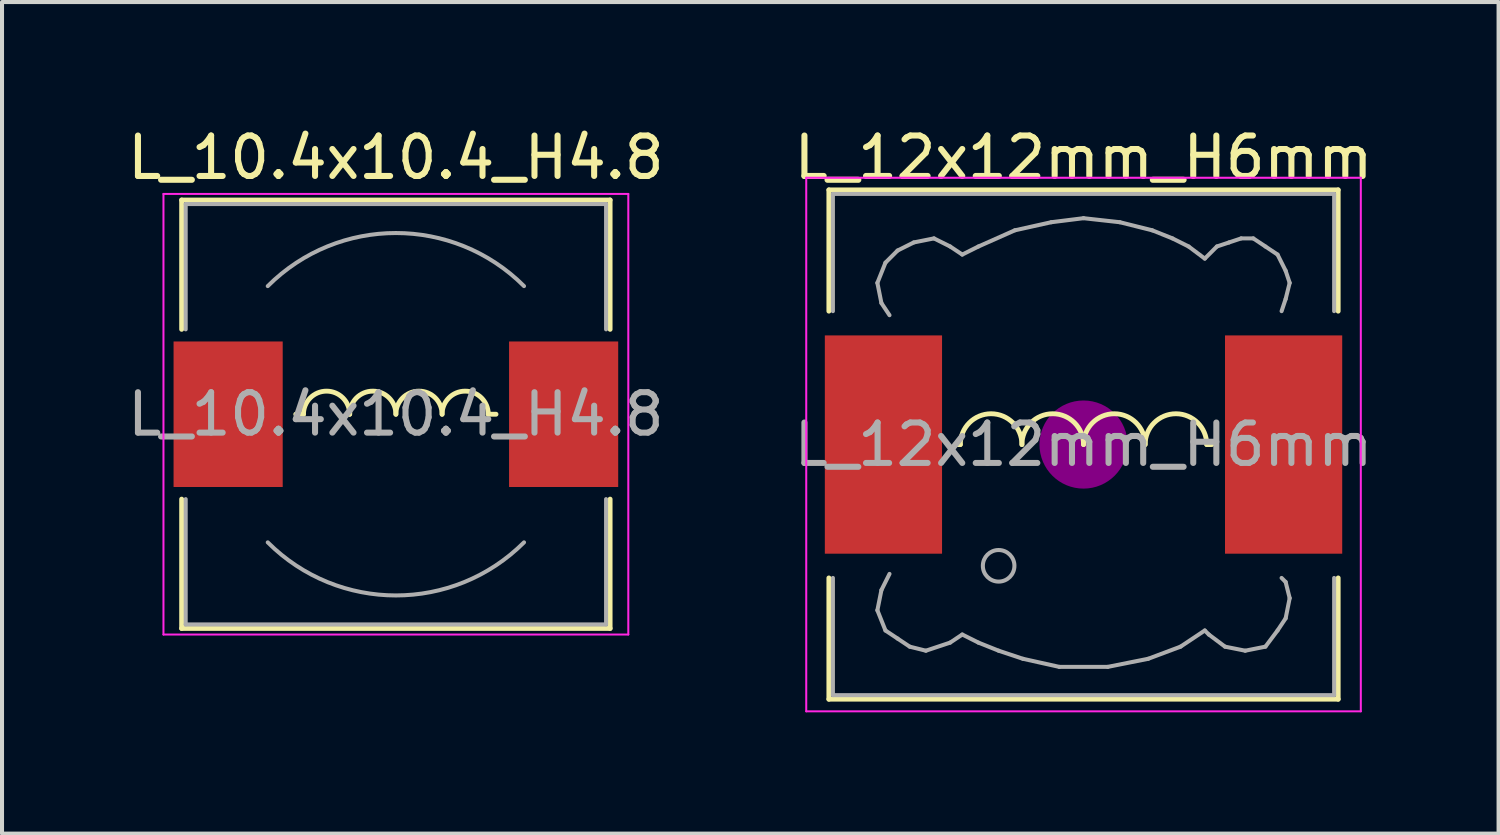
<source format=kicad_pcb>
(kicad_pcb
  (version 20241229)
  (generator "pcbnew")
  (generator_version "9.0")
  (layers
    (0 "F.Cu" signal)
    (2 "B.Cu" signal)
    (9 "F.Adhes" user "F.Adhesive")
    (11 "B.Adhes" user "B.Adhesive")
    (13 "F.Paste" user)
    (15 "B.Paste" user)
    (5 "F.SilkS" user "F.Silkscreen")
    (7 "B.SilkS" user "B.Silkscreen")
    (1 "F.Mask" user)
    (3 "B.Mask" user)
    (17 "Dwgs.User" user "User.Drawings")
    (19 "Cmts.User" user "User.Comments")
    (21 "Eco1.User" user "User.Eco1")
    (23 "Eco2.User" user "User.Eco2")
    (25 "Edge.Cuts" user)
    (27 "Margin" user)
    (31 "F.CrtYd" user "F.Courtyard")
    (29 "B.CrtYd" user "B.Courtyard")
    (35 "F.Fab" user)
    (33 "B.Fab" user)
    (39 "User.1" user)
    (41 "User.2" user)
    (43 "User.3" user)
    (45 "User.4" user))
  (footprint "L_12x12mm_H6mm"
    (layer "F.Cu")
    (at 23.756 7.948)
    (property "Reference" "L_12x12mm_H6mm" (at 0 -7.1 0) (layer "F.SilkS") (effects (font (size 1 1) (thickness 0.15))))
    (attr smd)
    (fp_line (start -6.3 -6.3) (end 6.3 -6.3) (stroke (width 0.12) (type solid)) (layer "F.SilkS"))
    (fp_line (start -6.3 -3.3) (end -6.3 -6.3) (stroke (width 0.12) (type solid)) (layer "F.SilkS"))
    (fp_line (start -6.3 6.3) (end -6.3 3.3) (stroke (width 0.12) (type solid)) (layer "F.SilkS"))
    (fp_line (start -3.048 0) (end -3.175 0) (stroke (width 0.12) (type solid)) (layer "F.SilkS"))
    (fp_line (start 3.175 0) (end 3.048 0) (stroke (width 0.12) (type solid)) (layer "F.SilkS"))
    (fp_line (start 6.3 -6.3) (end 6.3 -3.3) (stroke (width 0.12) (type solid)) (layer "F.SilkS"))
    (fp_line (start 6.3 3.3) (end 6.3 6.3) (stroke (width 0.12) (type solid)) (layer "F.SilkS"))
    (fp_line (start 6.3 6.3) (end -6.3 6.3) (stroke (width 0.12) (type solid)) (layer "F.SilkS"))
    (fp_arc (start -3.048 0) (mid -2.286 -0.762) (end -1.524 0) (stroke (width 0.12) (type solid)) (layer "F.SilkS"))
    (fp_arc (start -1.524 0) (mid -0.762 -0.762) (end 0 0) (stroke (width 0.12) (type solid)) (layer "F.SilkS"))
    (fp_arc (start 0 0) (mid 0.762 -0.762) (end 1.524 0) (stroke (width 0.12) (type solid)) (layer "F.SilkS"))
    (fp_arc (start 1.524 0) (mid 2.286 -0.762) (end 3.048 0) (stroke (width 0.12) (type solid)) (layer "F.SilkS"))
    (fp_circle (center 0 0) (end 0.15 0.15) (stroke (width 0.38) (type solid)) (fill no) (layer "F.Adhes"))
    (fp_circle (center 0 0) (end 0.55 0) (stroke (width 0.38) (type solid)) (fill no) (layer "F.Adhes"))
    (fp_circle (center 0 0) (end 0.9 0) (stroke (width 0.38) (type solid)) (fill no) (layer "F.Adhes"))
    (fp_line (start -6.86 -6.6) (end 6.86 -6.6) (stroke (width 0.05) (type solid)) (layer "F.CrtYd"))
    (fp_line (start -6.86 6.6) (end -6.86 -6.6) (stroke (width 0.05) (type solid)) (layer "F.CrtYd"))
    (fp_line (start 6.86 -6.6) (end 6.86 6.6) (stroke (width 0.05) (type solid)) (layer "F.CrtYd"))
    (fp_line (start 6.86 6.6) (end -6.86 6.6) (stroke (width 0.05) (type solid)) (layer "F.CrtYd"))
    (fp_line (start -6.2 -6.2) (end -6.2 -3.3) (stroke (width 0.1) (type solid)) (layer "F.Fab"))
    (fp_line (start -6.2 3.3) (end -6.2 6.2) (stroke (width 0.1) (type solid)) (layer "F.Fab"))
    (fp_line (start -6.2 6.2) (end 6.2 6.2) (stroke (width 0.1) (type solid)) (layer "F.Fab"))
    (fp_line (start -5.1 -4) (end -5 -3.5) (stroke (width 0.1) (type solid)) (layer "F.Fab"))
    (fp_line (start -5.1 4.1) (end -5 3.6) (stroke (width 0.1) (type solid)) (layer "F.Fab"))
    (fp_line (start -5 -3.5) (end -4.8 -3.2) (stroke (width 0.1) (type solid)) (layer "F.Fab"))
    (fp_line (start -5 3.6) (end -4.8 3.2) (stroke (width 0.1) (type solid)) (layer "F.Fab"))
    (fp_line (start -4.9 -4.5) (end -5.1 -4) (stroke (width 0.1) (type solid)) (layer "F.Fab"))
    (fp_line (start -4.9 4.6) (end -5.1 4.1) (stroke (width 0.1) (type solid)) (layer "F.Fab"))
    (fp_line (start -4.6 -4.8) (end -4.9 -4.5) (stroke (width 0.1) (type solid)) (layer "F.Fab"))
    (fp_line (start -4.6 4.8) (end -4.9 4.6) (stroke (width 0.1) (type solid)) (layer "F.Fab"))
    (fp_line (start -4.3 5) (end -4.6 4.8) (stroke (width 0.1) (type solid)) (layer "F.Fab"))
    (fp_line (start -4.2 -5) (end -4.6 -4.8) (stroke (width 0.1) (type solid)) (layer "F.Fab"))
    (fp_line (start -3.9 5.1) (end -4.3 5) (stroke (width 0.1) (type solid)) (layer "F.Fab"))
    (fp_line (start -3.7 -5.1) (end -4.2 -5) (stroke (width 0.1) (type solid)) (layer "F.Fab"))
    (fp_line (start -3.3 -4.9) (end -3.7 -5.1) (stroke (width 0.1) (type solid)) (layer "F.Fab"))
    (fp_line (start -3.3 4.9) (end -3.9 5.1) (stroke (width 0.1) (type solid)) (layer "F.Fab"))
    (fp_line (start -3 -4.7) (end -3.3 -4.9) (stroke (width 0.1) (type solid)) (layer "F.Fab"))
    (fp_line (start -3 4.7) (end -3.3 4.9) (stroke (width 0.1) (type solid)) (layer "F.Fab"))
    (fp_line (start -2.6 -4.9) (end -3 -4.7) (stroke (width 0.1) (type solid)) (layer "F.Fab"))
    (fp_line (start -2.6 4.9) (end -3 4.7) (stroke (width 0.1) (type solid)) (layer "F.Fab"))
    (fp_line (start -2.1 5.1) (end -2.6 4.9) (stroke (width 0.1) (type solid)) (layer "F.Fab"))
    (fp_line (start -1.7 -5.3) (end -2.6 -4.9) (stroke (width 0.1) (type solid)) (layer "F.Fab"))
    (fp_line (start -1.5 5.3) (end -2.1 5.1) (stroke (width 0.1) (type solid)) (layer "F.Fab"))
    (fp_line (start -0.8 -5.5) (end -1.7 -5.3) (stroke (width 0.1) (type solid)) (layer "F.Fab"))
    (fp_line (start -0.6 5.5) (end -1.5 5.3) (stroke (width 0.1) (type solid)) (layer "F.Fab"))
    (fp_line (start 0 -5.6) (end -0.8 -5.5) (stroke (width 0.1) (type solid)) (layer "F.Fab"))
    (fp_line (start 0.6 5.5) (end -0.6 5.5) (stroke (width 0.1) (type solid)) (layer "F.Fab"))
    (fp_line (start 0.9 -5.5) (end 0 -5.6) (stroke (width 0.1) (type solid)) (layer "F.Fab"))
    (fp_line (start 1.6 5.3) (end 0.6 5.5) (stroke (width 0.1) (type solid)) (layer "F.Fab"))
    (fp_line (start 1.7 -5.3) (end 0.9 -5.5) (stroke (width 0.1) (type solid)) (layer "F.Fab"))
    (fp_line (start 2.2 -5.1) (end 1.7 -5.3) (stroke (width 0.1) (type solid)) (layer "F.Fab"))
    (fp_line (start 2.4 5) (end 1.6 5.3) (stroke (width 0.1) (type solid)) (layer "F.Fab"))
    (fp_line (start 2.6 -4.9) (end 2.2 -5.1) (stroke (width 0.1) (type solid)) (layer "F.Fab"))
    (fp_line (start 3 -4.6) (end 2.6 -4.9) (stroke (width 0.1) (type solid)) (layer "F.Fab"))
    (fp_line (start 3 4.6) (end 2.4 5) (stroke (width 0.1) (type solid)) (layer "F.Fab"))
    (fp_line (start 3.1 4.7) (end 3 4.6) (stroke (width 0.1) (type solid)) (layer "F.Fab"))
    (fp_line (start 3.3 -4.9) (end 3 -4.6) (stroke (width 0.1) (type solid)) (layer "F.Fab"))
    (fp_line (start 3.5 5) (end 3.1 4.7) (stroke (width 0.1) (type solid)) (layer "F.Fab"))
    (fp_line (start 3.6 -5) (end 3.3 -4.9) (stroke (width 0.1) (type solid)) (layer "F.Fab"))
    (fp_line (start 3.9 -5.1) (end 3.6 -5) (stroke (width 0.1) (type solid)) (layer "F.Fab"))
    (fp_line (start 4 5.1) (end 3.5 5) (stroke (width 0.1) (type solid)) (layer "F.Fab"))
    (fp_line (start 4.2 -5.1) (end 3.9 -5.1) (stroke (width 0.1) (type solid)) (layer "F.Fab"))
    (fp_line (start 4.5 -4.9) (end 4.2 -5.1) (stroke (width 0.1) (type solid)) (layer "F.Fab"))
    (fp_line (start 4.5 5) (end 4 5.1) (stroke (width 0.1) (type solid)) (layer "F.Fab"))
    (fp_line (start 4.8 -4.7) (end 4.5 -4.9) (stroke (width 0.1) (type solid)) (layer "F.Fab"))
    (fp_line (start 4.8 4.6) (end 4.5 5) (stroke (width 0.1) (type solid)) (layer "F.Fab"))
    (fp_line (start 4.9 -3.3) (end 5 -3.6) (stroke (width 0.1) (type solid)) (layer "F.Fab"))
    (fp_line (start 4.9 3.3) (end 5 3.4) (stroke (width 0.1) (type solid)) (layer "F.Fab"))
    (fp_line (start 5 -4.3) (end 4.8 -4.7) (stroke (width 0.1) (type solid)) (layer "F.Fab"))
    (fp_line (start 5 -3.6) (end 5.1 -4) (stroke (width 0.1) (type solid)) (layer "F.Fab"))
    (fp_line (start 5 3.4) (end 5.1 3.8) (stroke (width 0.1) (type solid)) (layer "F.Fab"))
    (fp_line (start 5 4.3) (end 4.8 4.6) (stroke (width 0.1) (type solid)) (layer "F.Fab"))
    (fp_line (start 5.1 -4) (end 5 -4.3) (stroke (width 0.1) (type solid)) (layer "F.Fab"))
    (fp_line (start 5.1 3.8) (end 5 4.3) (stroke (width 0.1) (type solid)) (layer "F.Fab"))
    (fp_line (start 6.2 -6.2) (end -6.2 -6.2) (stroke (width 0.1) (type solid)) (layer "F.Fab"))
    (fp_line (start 6.2 -6.2) (end 6.2 -3.3) (stroke (width 0.1) (type solid)) (layer "F.Fab"))
    (fp_line (start 6.2 6.2) (end 6.2 3.3) (stroke (width 0.1) (type solid)) (layer "F.Fab"))
    (fp_circle (center -2.1 3) (end -1.8 3.25) (stroke (width 0.1) (type solid)) (fill no) (layer "F.Fab"))
    (fp_text user "${REFERENCE}" (at 0 0 0) (layer "F.Fab") (effects (font (size 1 1) (thickness 0.15))))
    (pad "1" smd rect (at -4.95 0) (size 2.9 5.4) (layers "F.Cu" "F.Mask" "F.Paste"))
    (pad "2" smd rect (at 4.95 0) (size 2.9 5.4) (layers "F.Cu" "F.Mask" "F.Paste")))
  (footprint "L_10.4x10.4_H4.8"
    (layer "F.Cu")
    (at 6.744 7.198)
    (property "Reference" "L_10.4x10.4_H4.8" (at 0 -6.35 0) (layer "F.SilkS") (effects (font (size 1 1) (thickness 0.15))))
    (attr smd)
    (fp_line (start -5.3 -5.3) (end 5.3 -5.3) (stroke (width 0.12) (type solid)) (layer "F.SilkS"))
    (fp_line (start -5.3 -2.1) (end -5.3 -5.3) (stroke (width 0.12) (type solid)) (layer "F.SilkS"))
    (fp_line (start -5.3 5.3) (end -5.3 2.1) (stroke (width 0.12) (type solid)) (layer "F.SilkS"))
    (fp_line (start -2.286 0) (end -2.477 0) (stroke (width 0.12) (type solid)) (layer "F.SilkS"))
    (fp_line (start 2.477 0) (end 2.286 0) (stroke (width 0.12) (type solid)) (layer "F.SilkS"))
    (fp_line (start 5.3 -5.3) (end 5.3 -2.1) (stroke (width 0.12) (type solid)) (layer "F.SilkS"))
    (fp_line (start 5.3 2.1) (end 5.3 5.3) (stroke (width 0.12) (type solid)) (layer "F.SilkS"))
    (fp_line (start 5.3 5.3) (end -5.3 5.3) (stroke (width 0.12) (type solid)) (layer "F.SilkS"))
    (fp_arc (start -2.286 0) (mid -1.7145 -0.5715) (end -1.143 0) (stroke (width 0.12) (type solid)) (layer "F.SilkS"))
    (fp_arc (start -1.143 0) (mid -0.5715 -0.5715) (end 0 0) (stroke (width 0.12) (type solid)) (layer "F.SilkS"))
    (fp_arc (start 0 0) (mid 0.5715 -0.5715) (end 1.143 0) (stroke (width 0.12) (type solid)) (layer "F.SilkS"))
    (fp_arc (start 1.143 0) (mid 1.7145 -0.5715) (end 2.286 0) (stroke (width 0.12) (type solid)) (layer "F.SilkS"))
    (fp_line (start -5.75 -5.45) (end -5.75 5.45) (stroke (width 0.05) (type solid)) (layer "F.CrtYd"))
    (fp_line (start -5.75 5.45) (end 5.75 5.45) (stroke (width 0.05) (type solid)) (layer "F.CrtYd"))
    (fp_line (start 5.75 -5.45) (end -5.75 -5.45) (stroke (width 0.05) (type solid)) (layer "F.CrtYd"))
    (fp_line (start 5.75 5.45) (end 5.75 -5.45) (stroke (width 0.05) (type solid)) (layer "F.CrtYd"))
    (fp_line (start -5.2 -5.2) (end -5.2 -2.1) (stroke (width 0.1) (type solid)) (layer "F.Fab"))
    (fp_line (start -5.2 -5.2) (end 5.2 -5.2) (stroke (width 0.1) (type solid)) (layer "F.Fab"))
    (fp_line (start -5.2 5.2) (end -5.2 2.1) (stroke (width 0.1) (type solid)) (layer "F.Fab"))
    (fp_line (start -5.2 5.2) (end 5.2 5.2) (stroke (width 0.1) (type solid)) (layer "F.Fab"))
    (fp_line (start 5.2 -5.2) (end 5.2 -2.1) (stroke (width 0.1) (type solid)) (layer "F.Fab"))
    (fp_line (start 5.2 5.2) (end 5.2 2.1) (stroke (width 0.1) (type solid)) (layer "F.Fab"))
    (fp_arc (start -3.17 -3.17) (mid 0 -4.483057) (end 3.17 -3.17) (stroke (width 0.1) (type solid)) (layer "F.Fab"))
    (fp_arc (start 3.17 3.17) (mid 0 4.483057) (end -3.17 3.17) (stroke (width 0.1) (type solid)) (layer "F.Fab"))
    (fp_text user "${REFERENCE}" (at 0 0 0) (layer "F.Fab") (effects (font (size 1 1) (thickness 0.15))))
    (pad "1" smd rect (at -4.15 0) (size 2.7 3.6) (layers "F.Cu" "F.Mask" "F.Paste"))
    (pad "2" smd rect (at 4.15 0) (size 2.7 3.6) (layers "F.Cu" "F.Mask" "F.Paste")))
  (gr_rect
    (start -3 -3)
    (end 34.024 17.573)
    (stroke (width 0.1) (type default))
    (fill no)
    (layer "Edge.Cuts")))
</source>
